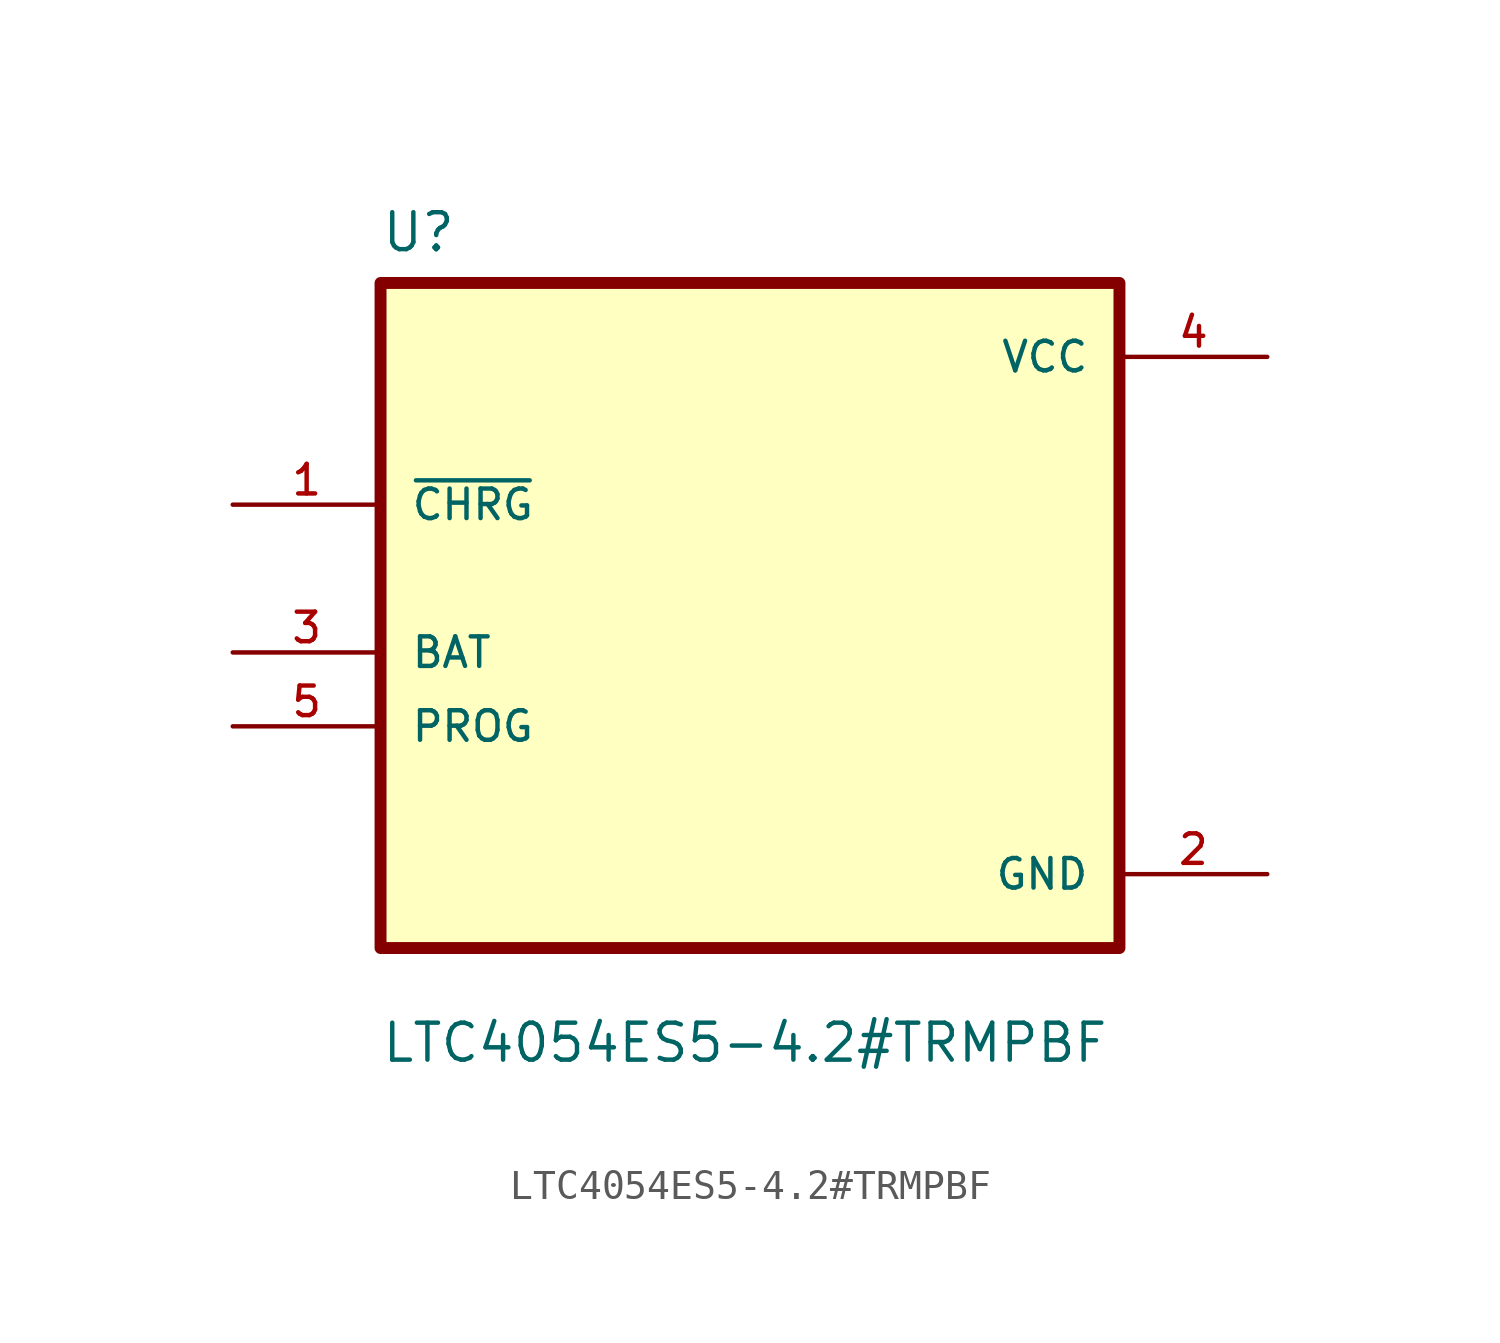
<source format=kicad_sym>
(kicad_symbol_lib
  (version 20211014)
  (generator kicad_symbol_editor)
  (symbol "LTC4054ES5-4.2#TRMPBF"
    (pin_names
      (offset 1.016))
    (property "Reference" "U"
      (at -12.7 11.16 0.0)
      (effects (font (size 1.27 1.27)) (justify bottom left)))
    (property "Value" "LTC4054ES5-4.2#TRMPBF"
      (at -12.7 -16.7 0.0)
      (effects (font (size 1.27 1.27)) (justify bottom left)))
    (symbol "LTC4054ES5-4.2#TRMPBF_0_0"
      (rectangle (start -12.7 -12.7) (end 12.7 10.16) (stroke (width 0.41)) (fill (type background)))
      (pin input line (at -17.78 2.54 0) (length 5.08) (name "~{CHRG}" (effects (font (size 1.016 1.016)))) (number "1" (effects (font (size 1.016 1.016)))))
      (pin bidirectional line (at -17.78 -2.54 0) (length 5.08) (name "BAT" (effects (font (size 1.016 1.016)))) (number "3" (effects (font (size 1.016 1.016)))))
      (pin bidirectional line (at -17.78 -5.08 0) (length 5.08) (name "PROG" (effects (font (size 1.016 1.016)))) (number "5" (effects (font (size 1.016 1.016)))))
      (pin power_in line (at 17.78 -10.16 180.0) (length 5.08) (name "GND" (effects (font (size 1.016 1.016)))) (number "2" (effects (font (size 1.016 1.016)))))
      (pin power_in line (at 17.78 7.62 180.0) (length 5.08) (name "VCC" (effects (font (size 1.016 1.016)))) (number "4" (effects (font (size 1.016 1.016))))))))
</source>
